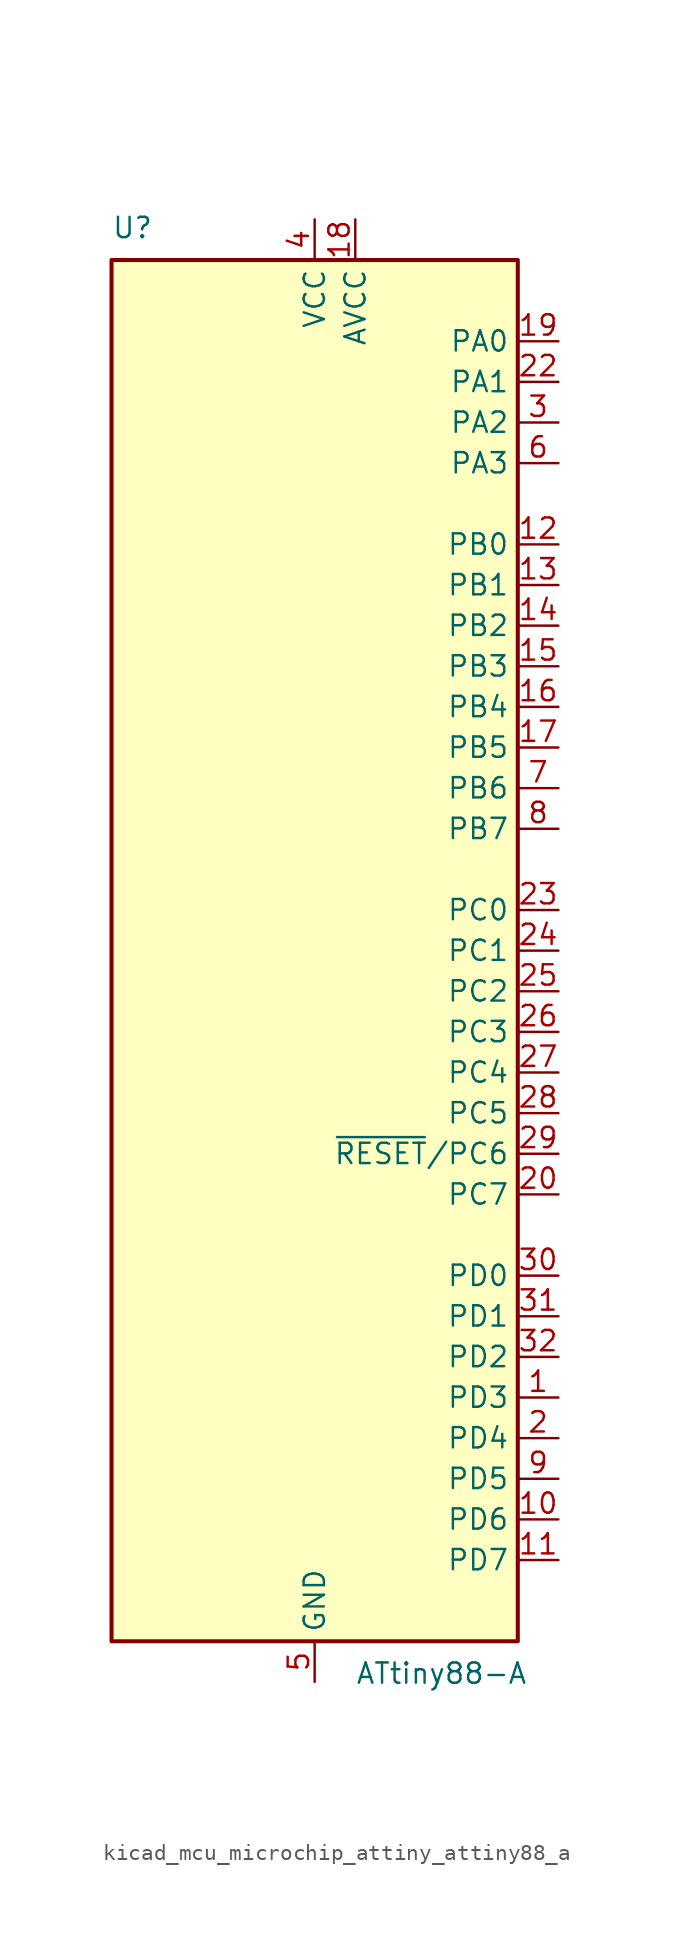
<source format=kicad_sym>
(kicad_symbol_lib
  (version 20220914)
  (generator kicad_symbol_editor)
  (symbol "kicad_mcu_microchip_attiny_attiny88_a"
    (property "Reference" "U"
      (at -12.7 44.45 0)
      (effects (font (size 1.27 1.27)) (justify left bottom)))
    (property "Value" "ATtiny88-A"
      (at 2.54 -44.45 0)
      (effects (font (size 1.27 1.27)) (justify left top)))
    (symbol "kicad_mcu_microchip_attiny_attiny88_a_0_1"
      (rectangle (start -12.7 -43.18) (end 12.7 43.18) (stroke (width 0.254) (type default)) (fill (type background))))
    (symbol "kicad_mcu_microchip_attiny_attiny88_a_1_1"
      (pin bidirectional line (at 15.24 -27.94 180) (length 2.54) (name "PD3" (effects (font (size 1.27 1.27)))) (number "1" (effects (font (size 1.27 1.27)))))
      (pin bidirectional line (at 15.24 -35.56 180) (length 2.54) (name "PD6" (effects (font (size 1.27 1.27)))) (number "10" (effects (font (size 1.27 1.27)))))
      (pin bidirectional line (at 15.24 -38.1 180) (length 2.54) (name "PD7" (effects (font (size 1.27 1.27)))) (number "11" (effects (font (size 1.27 1.27)))))
      (pin bidirectional line (at 15.24 25.4 180) (length 2.54) (name "PB0" (effects (font (size 1.27 1.27)))) (number "12" (effects (font (size 1.27 1.27)))))
      (pin bidirectional line (at 15.24 22.86 180) (length 2.54) (name "PB1" (effects (font (size 1.27 1.27)))) (number "13" (effects (font (size 1.27 1.27)))))
      (pin bidirectional line (at 15.24 20.32 180) (length 2.54) (name "PB2" (effects (font (size 1.27 1.27)))) (number "14" (effects (font (size 1.27 1.27)))))
      (pin bidirectional line (at 15.24 17.78 180) (length 2.54) (name "PB3" (effects (font (size 1.27 1.27)))) (number "15" (effects (font (size 1.27 1.27)))))
      (pin bidirectional line (at 15.24 15.24 180) (length 2.54) (name "PB4" (effects (font (size 1.27 1.27)))) (number "16" (effects (font (size 1.27 1.27)))))
      (pin bidirectional line (at 15.24 12.7 180) (length 2.54) (name "PB5" (effects (font (size 1.27 1.27)))) (number "17" (effects (font (size 1.27 1.27)))))
      (pin power_in line (at 2.54 45.72 270) (length 2.54) (name "AVCC" (effects (font (size 1.27 1.27)))) (number "18" (effects (font (size 1.27 1.27)))))
      (pin bidirectional line (at 15.24 38.1 180) (length 2.54) (name "PA0" (effects (font (size 1.27 1.27)))) (number "19" (effects (font (size 1.27 1.27)))))
      (pin bidirectional line (at 15.24 -30.48 180) (length 2.54) (name "PD4" (effects (font (size 1.27 1.27)))) (number "2" (effects (font (size 1.27 1.27)))))
      (pin bidirectional line (at 15.24 -15.24 180) (length 2.54) (name "PC7" (effects (font (size 1.27 1.27)))) (number "20" (effects (font (size 1.27 1.27)))))
      (pin passive line (at 0 -45.72 90) (length 2.54) hide (name "GND" (effects (font (size 1.27 1.27)))) (number "21" (effects (font (size 1.27 1.27)))))
      (pin bidirectional line (at 15.24 35.56 180) (length 2.54) (name "PA1" (effects (font (size 1.27 1.27)))) (number "22" (effects (font (size 1.27 1.27)))))
      (pin bidirectional line (at 15.24 2.54 180) (length 2.54) (name "PC0" (effects (font (size 1.27 1.27)))) (number "23" (effects (font (size 1.27 1.27)))))
      (pin bidirectional line (at 15.24 0 180) (length 2.54) (name "PC1" (effects (font (size 1.27 1.27)))) (number "24" (effects (font (size 1.27 1.27)))))
      (pin bidirectional line (at 15.24 -2.54 180) (length 2.54) (name "PC2" (effects (font (size 1.27 1.27)))) (number "25" (effects (font (size 1.27 1.27)))))
      (pin bidirectional line (at 15.24 -5.08 180) (length 2.54) (name "PC3" (effects (font (size 1.27 1.27)))) (number "26" (effects (font (size 1.27 1.27)))))
      (pin bidirectional line (at 15.24 -7.62 180) (length 2.54) (name "PC4" (effects (font (size 1.27 1.27)))) (number "27" (effects (font (size 1.27 1.27)))))
      (pin bidirectional line (at 15.24 -10.16 180) (length 2.54) (name "PC5" (effects (font (size 1.27 1.27)))) (number "28" (effects (font (size 1.27 1.27)))))
      (pin bidirectional line (at 15.24 -12.7 180) (length 2.54) (name "~{RESET}/PC6" (effects (font (size 1.27 1.27)))) (number "29" (effects (font (size 1.27 1.27)))))
      (pin bidirectional line (at 15.24 33.02 180) (length 2.54) (name "PA2" (effects (font (size 1.27 1.27)))) (number "3" (effects (font (size 1.27 1.27)))))
      (pin bidirectional line (at 15.24 -20.32 180) (length 2.54) (name "PD0" (effects (font (size 1.27 1.27)))) (number "30" (effects (font (size 1.27 1.27)))))
      (pin bidirectional line (at 15.24 -22.86 180) (length 2.54) (name "PD1" (effects (font (size 1.27 1.27)))) (number "31" (effects (font (size 1.27 1.27)))))
      (pin bidirectional line (at 15.24 -25.4 180) (length 2.54) (name "PD2" (effects (font (size 1.27 1.27)))) (number "32" (effects (font (size 1.27 1.27)))))
      (pin power_in line (at 0 45.72 270) (length 2.54) (name "VCC" (effects (font (size 1.27 1.27)))) (number "4" (effects (font (size 1.27 1.27)))))
      (pin power_in line (at 0 -45.72 90) (length 2.54) (name "GND" (effects (font (size 1.27 1.27)))) (number "5" (effects (font (size 1.27 1.27)))))
      (pin bidirectional line (at 15.24 30.48 180) (length 2.54) (name "PA3" (effects (font (size 1.27 1.27)))) (number "6" (effects (font (size 1.27 1.27)))))
      (pin bidirectional line (at 15.24 10.16 180) (length 2.54) (name "PB6" (effects (font (size 1.27 1.27)))) (number "7" (effects (font (size 1.27 1.27)))))
      (pin bidirectional line (at 15.24 7.62 180) (length 2.54) (name "PB7" (effects (font (size 1.27 1.27)))) (number "8" (effects (font (size 1.27 1.27)))))
      (pin bidirectional line (at 15.24 -33.02 180) (length 2.54) (name "PD5" (effects (font (size 1.27 1.27)))) (number "9" (effects (font (size 1.27 1.27))))))))
</source>
